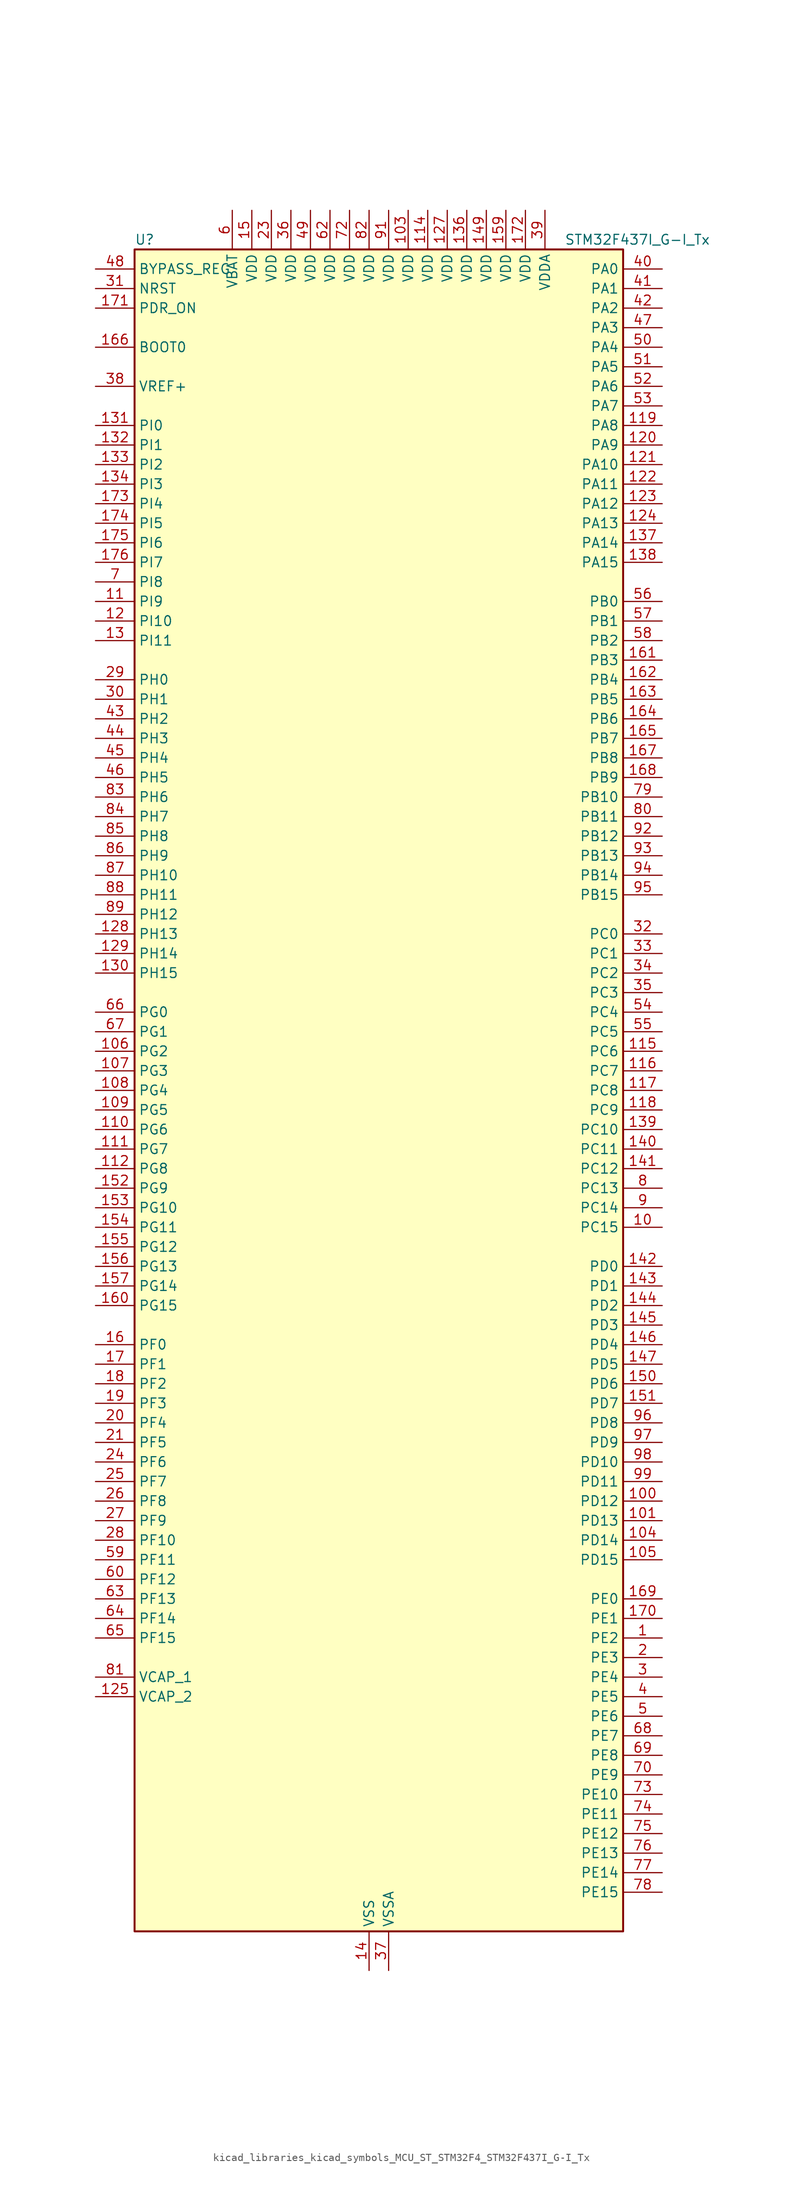
<source format=kicad_sym>
(kicad_symbol_lib
  (version 20220914)
  (generator kicad_symbol_editor)
  (symbol "kicad_libraries_kicad_symbols_MCU_ST_STM32F4_STM32F437I_G-I_Tx"
    (property "Reference" "U"
      (at -30.48 110.49 0)
      (effects (font (size 1.27 1.27)) (justify left)))
    (property "Value" "STM32F437I_G-I_Tx"
      (at 25.4 110.49 0)
      (effects (font (size 1.27 1.27)) (justify left)))
    (property "ki_locked" ""
      (at 0 0 0)
      (effects (font (size 1.27 1.27))))
    (symbol "kicad_libraries_kicad_symbols_MCU_ST_STM32F4_STM32F437I_G-I_Tx_0_1"
      (rectangle (start -30.48 -109.22) (end 33.02 109.22) (stroke (width 0.254) (type default)) (fill (type background))))
    (symbol "kicad_libraries_kicad_symbols_MCU_ST_STM32F4_STM32F437I_G-I_Tx_1_1"
      (pin bidirectional line (at 38.1 -71.12 180) (length 5.08) (name "PE2" (effects (font (size 1.27 1.27)))) (number "1" (effects (font (size 1.27 1.27)))) (alternate "ETH_TXD3" bidirectional line) (alternate "FMC_A23" bidirectional line) (alternate "SAI1_MCLK_A" bidirectional line) (alternate "SPI4_SCK" bidirectional line) (alternate "SYS_TRACECLK" bidirectional line))
      (pin bidirectional line (at 38.1 -17.78 180) (length 5.08) (name "PC15" (effects (font (size 1.27 1.27)))) (number "10" (effects (font (size 1.27 1.27)))) (alternate "ADC1_EXTI15" bidirectional line) (alternate "ADC2_EXTI15" bidirectional line) (alternate "ADC3_EXTI15" bidirectional line) (alternate "RCC_OSC32_OUT" bidirectional line))
      (pin bidirectional line (at 38.1 -53.34 180) (length 5.08) (name "PD12" (effects (font (size 1.27 1.27)))) (number "100" (effects (font (size 1.27 1.27)))) (alternate "FMC_A17" bidirectional line) (alternate "FMC_ALE" bidirectional line) (alternate "TIM4_CH1" bidirectional line) (alternate "USART3_RTS" bidirectional line))
      (pin bidirectional line (at 38.1 -55.88 180) (length 5.08) (name "PD13" (effects (font (size 1.27 1.27)))) (number "101" (effects (font (size 1.27 1.27)))) (alternate "FMC_A18" bidirectional line) (alternate "TIM4_CH2" bidirectional line))
      (pin passive line (at 0 -114.3 90) (length 5.08) hide (name "VSS" (effects (font (size 1.27 1.27)))) (number "102" (effects (font (size 1.27 1.27)))))
      (pin power_in line (at 5.08 114.3 270) (length 5.08) (name "VDD" (effects (font (size 1.27 1.27)))) (number "103" (effects (font (size 1.27 1.27)))))
      (pin bidirectional line (at 38.1 -58.42 180) (length 5.08) (name "PD14" (effects (font (size 1.27 1.27)))) (number "104" (effects (font (size 1.27 1.27)))) (alternate "FMC_D0" bidirectional line) (alternate "FMC_DA0" bidirectional line) (alternate "TIM4_CH3" bidirectional line))
      (pin bidirectional line (at 38.1 -60.96 180) (length 5.08) (name "PD15" (effects (font (size 1.27 1.27)))) (number "105" (effects (font (size 1.27 1.27)))) (alternate "ADC1_EXTI15" bidirectional line) (alternate "ADC2_EXTI15" bidirectional line) (alternate "ADC3_EXTI15" bidirectional line) (alternate "FMC_D1" bidirectional line) (alternate "FMC_DA1" bidirectional line) (alternate "TIM4_CH4" bidirectional line))
      (pin bidirectional line (at -35.56 5.08 0) (length 5.08) (name "PG2" (effects (font (size 1.27 1.27)))) (number "106" (effects (font (size 1.27 1.27)))) (alternate "FMC_A12" bidirectional line))
      (pin bidirectional line (at -35.56 2.54 0) (length 5.08) (name "PG3" (effects (font (size 1.27 1.27)))) (number "107" (effects (font (size 1.27 1.27)))) (alternate "FMC_A13" bidirectional line))
      (pin bidirectional line (at -35.56 0 0) (length 5.08) (name "PG4" (effects (font (size 1.27 1.27)))) (number "108" (effects (font (size 1.27 1.27)))) (alternate "FMC_A14" bidirectional line) (alternate "FMC_BA0" bidirectional line))
      (pin bidirectional line (at -35.56 -2.54 0) (length 5.08) (name "PG5" (effects (font (size 1.27 1.27)))) (number "109" (effects (font (size 1.27 1.27)))) (alternate "FMC_A15" bidirectional line) (alternate "FMC_BA1" bidirectional line))
      (pin bidirectional line (at -35.56 63.5 0) (length 5.08) (name "PI9" (effects (font (size 1.27 1.27)))) (number "11" (effects (font (size 1.27 1.27)))) (alternate "CAN1_RX" bidirectional line) (alternate "DAC_EXTI9" bidirectional line) (alternate "FMC_D30" bidirectional line))
      (pin bidirectional line (at -35.56 -5.08 0) (length 5.08) (name "PG6" (effects (font (size 1.27 1.27)))) (number "110" (effects (font (size 1.27 1.27)))) (alternate "DCMI_D12" bidirectional line) (alternate "FMC_INT2" bidirectional line))
      (pin bidirectional line (at -35.56 -7.62 0) (length 5.08) (name "PG7" (effects (font (size 1.27 1.27)))) (number "111" (effects (font (size 1.27 1.27)))) (alternate "DCMI_D13" bidirectional line) (alternate "FMC_INT3" bidirectional line) (alternate "USART6_CK" bidirectional line))
      (pin bidirectional line (at -35.56 -10.16 0) (length 5.08) (name "PG8" (effects (font (size 1.27 1.27)))) (number "112" (effects (font (size 1.27 1.27)))) (alternate "ETH_PPS_OUT" bidirectional line) (alternate "FMC_SDCLK" bidirectional line) (alternate "SPI6_NSS" bidirectional line) (alternate "USART6_RTS" bidirectional line))
      (pin passive line (at 0 -114.3 90) (length 5.08) hide (name "VSS" (effects (font (size 1.27 1.27)))) (number "113" (effects (font (size 1.27 1.27)))))
      (pin power_in line (at 7.62 114.3 270) (length 5.08) (name "VDD" (effects (font (size 1.27 1.27)))) (number "114" (effects (font (size 1.27 1.27)))))
      (pin bidirectional line (at 38.1 5.08 180) (length 5.08) (name "PC6" (effects (font (size 1.27 1.27)))) (number "115" (effects (font (size 1.27 1.27)))) (alternate "DCMI_D0" bidirectional line) (alternate "I2S2_MCK" bidirectional line) (alternate "SDIO_D6" bidirectional line) (alternate "TIM3_CH1" bidirectional line) (alternate "TIM8_CH1" bidirectional line) (alternate "USART6_TX" bidirectional line))
      (pin bidirectional line (at 38.1 2.54 180) (length 5.08) (name "PC7" (effects (font (size 1.27 1.27)))) (number "116" (effects (font (size 1.27 1.27)))) (alternate "DCMI_D1" bidirectional line) (alternate "I2S3_MCK" bidirectional line) (alternate "SDIO_D7" bidirectional line) (alternate "TIM3_CH2" bidirectional line) (alternate "TIM8_CH2" bidirectional line) (alternate "USART6_RX" bidirectional line))
      (pin bidirectional line (at 38.1 0 180) (length 5.08) (name "PC8" (effects (font (size 1.27 1.27)))) (number "117" (effects (font (size 1.27 1.27)))) (alternate "DCMI_D2" bidirectional line) (alternate "SDIO_D0" bidirectional line) (alternate "TIM3_CH3" bidirectional line) (alternate "TIM8_CH3" bidirectional line) (alternate "USART6_CK" bidirectional line))
      (pin bidirectional line (at 38.1 -2.54 180) (length 5.08) (name "PC9" (effects (font (size 1.27 1.27)))) (number "118" (effects (font (size 1.27 1.27)))) (alternate "DAC_EXTI9" bidirectional line) (alternate "DCMI_D3" bidirectional line) (alternate "I2C3_SDA" bidirectional line) (alternate "I2S_CKIN" bidirectional line) (alternate "RCC_MCO_2" bidirectional line) (alternate "SDIO_D1" bidirectional line) (alternate "TIM3_CH4" bidirectional line) (alternate "TIM8_CH4" bidirectional line))
      (pin bidirectional line (at 38.1 86.36 180) (length 5.08) (name "PA8" (effects (font (size 1.27 1.27)))) (number "119" (effects (font (size 1.27 1.27)))) (alternate "I2C3_SCL" bidirectional line) (alternate "RCC_MCO_1" bidirectional line) (alternate "TIM1_CH1" bidirectional line) (alternate "USART1_CK" bidirectional line) (alternate "USB_OTG_FS_SOF" bidirectional line))
      (pin bidirectional line (at -35.56 60.96 0) (length 5.08) (name "PI10" (effects (font (size 1.27 1.27)))) (number "12" (effects (font (size 1.27 1.27)))) (alternate "ETH_RX_ER" bidirectional line) (alternate "FMC_D31" bidirectional line))
      (pin bidirectional line (at 38.1 83.82 180) (length 5.08) (name "PA9" (effects (font (size 1.27 1.27)))) (number "120" (effects (font (size 1.27 1.27)))) (alternate "DAC_EXTI9" bidirectional line) (alternate "DCMI_D0" bidirectional line) (alternate "I2C3_SMBA" bidirectional line) (alternate "TIM1_CH2" bidirectional line) (alternate "USART1_TX" bidirectional line) (alternate "USB_OTG_FS_VBUS" bidirectional line))
      (pin bidirectional line (at 38.1 81.28 180) (length 5.08) (name "PA10" (effects (font (size 1.27 1.27)))) (number "121" (effects (font (size 1.27 1.27)))) (alternate "DCMI_D1" bidirectional line) (alternate "TIM1_CH3" bidirectional line) (alternate "USART1_RX" bidirectional line) (alternate "USB_OTG_FS_ID" bidirectional line))
      (pin bidirectional line (at 38.1 78.74 180) (length 5.08) (name "PA11" (effects (font (size 1.27 1.27)))) (number "122" (effects (font (size 1.27 1.27)))) (alternate "ADC1_EXTI11" bidirectional line) (alternate "ADC2_EXTI11" bidirectional line) (alternate "ADC3_EXTI11" bidirectional line) (alternate "CAN1_RX" bidirectional line) (alternate "TIM1_CH4" bidirectional line) (alternate "USART1_CTS" bidirectional line) (alternate "USB_OTG_FS_DM" bidirectional line))
      (pin bidirectional line (at 38.1 76.2 180) (length 5.08) (name "PA12" (effects (font (size 1.27 1.27)))) (number "123" (effects (font (size 1.27 1.27)))) (alternate "CAN1_TX" bidirectional line) (alternate "TIM1_ETR" bidirectional line) (alternate "USART1_RTS" bidirectional line) (alternate "USB_OTG_FS_DP" bidirectional line))
      (pin bidirectional line (at 38.1 73.66 180) (length 5.08) (name "PA13" (effects (font (size 1.27 1.27)))) (number "124" (effects (font (size 1.27 1.27)))) (alternate "SYS_JTMS-SWDIO" bidirectional line))
      (pin power_out line (at -35.56 -78.74 0) (length 5.08) (name "VCAP_2" (effects (font (size 1.27 1.27)))) (number "125" (effects (font (size 1.27 1.27)))))
      (pin passive line (at 0 -114.3 90) (length 5.08) hide (name "VSS" (effects (font (size 1.27 1.27)))) (number "126" (effects (font (size 1.27 1.27)))))
      (pin power_in line (at 10.16 114.3 270) (length 5.08) (name "VDD" (effects (font (size 1.27 1.27)))) (number "127" (effects (font (size 1.27 1.27)))))
      (pin bidirectional line (at -35.56 20.32 0) (length 5.08) (name "PH13" (effects (font (size 1.27 1.27)))) (number "128" (effects (font (size 1.27 1.27)))) (alternate "CAN1_TX" bidirectional line) (alternate "FMC_D21" bidirectional line) (alternate "TIM8_CH1N" bidirectional line))
      (pin bidirectional line (at -35.56 17.78 0) (length 5.08) (name "PH14" (effects (font (size 1.27 1.27)))) (number "129" (effects (font (size 1.27 1.27)))) (alternate "DCMI_D4" bidirectional line) (alternate "FMC_D22" bidirectional line) (alternate "TIM8_CH2N" bidirectional line))
      (pin bidirectional line (at -35.56 58.42 0) (length 5.08) (name "PI11" (effects (font (size 1.27 1.27)))) (number "13" (effects (font (size 1.27 1.27)))) (alternate "ADC1_EXTI11" bidirectional line) (alternate "ADC2_EXTI11" bidirectional line) (alternate "ADC3_EXTI11" bidirectional line) (alternate "USB_OTG_HS_ULPI_DIR" bidirectional line))
      (pin bidirectional line (at -35.56 15.24 0) (length 5.08) (name "PH15" (effects (font (size 1.27 1.27)))) (number "130" (effects (font (size 1.27 1.27)))) (alternate "ADC1_EXTI15" bidirectional line) (alternate "ADC2_EXTI15" bidirectional line) (alternate "ADC3_EXTI15" bidirectional line) (alternate "DCMI_D11" bidirectional line) (alternate "FMC_D23" bidirectional line) (alternate "TIM8_CH3N" bidirectional line))
      (pin bidirectional line (at -35.56 86.36 0) (length 5.08) (name "PI0" (effects (font (size 1.27 1.27)))) (number "131" (effects (font (size 1.27 1.27)))) (alternate "DCMI_D13" bidirectional line) (alternate "FMC_D24" bidirectional line) (alternate "I2S2_WS" bidirectional line) (alternate "SPI2_NSS" bidirectional line) (alternate "TIM5_CH4" bidirectional line))
      (pin bidirectional line (at -35.56 83.82 0) (length 5.08) (name "PI1" (effects (font (size 1.27 1.27)))) (number "132" (effects (font (size 1.27 1.27)))) (alternate "DCMI_D8" bidirectional line) (alternate "FMC_D25" bidirectional line) (alternate "I2S2_CK" bidirectional line) (alternate "SPI2_SCK" bidirectional line))
      (pin bidirectional line (at -35.56 81.28 0) (length 5.08) (name "PI2" (effects (font (size 1.27 1.27)))) (number "133" (effects (font (size 1.27 1.27)))) (alternate "DCMI_D9" bidirectional line) (alternate "FMC_D26" bidirectional line) (alternate "I2S2_ext_SD" bidirectional line) (alternate "SPI2_MISO" bidirectional line) (alternate "TIM8_CH4" bidirectional line))
      (pin bidirectional line (at -35.56 78.74 0) (length 5.08) (name "PI3" (effects (font (size 1.27 1.27)))) (number "134" (effects (font (size 1.27 1.27)))) (alternate "DCMI_D10" bidirectional line) (alternate "FMC_D27" bidirectional line) (alternate "I2S2_SD" bidirectional line) (alternate "SPI2_MOSI" bidirectional line) (alternate "TIM8_ETR" bidirectional line))
      (pin passive line (at 0 -114.3 90) (length 5.08) hide (name "VSS" (effects (font (size 1.27 1.27)))) (number "135" (effects (font (size 1.27 1.27)))))
      (pin power_in line (at 12.7 114.3 270) (length 5.08) (name "VDD" (effects (font (size 1.27 1.27)))) (number "136" (effects (font (size 1.27 1.27)))))
      (pin bidirectional line (at 38.1 71.12 180) (length 5.08) (name "PA14" (effects (font (size 1.27 1.27)))) (number "137" (effects (font (size 1.27 1.27)))) (alternate "SYS_JTCK-SWCLK" bidirectional line))
      (pin bidirectional line (at 38.1 68.58 180) (length 5.08) (name "PA15" (effects (font (size 1.27 1.27)))) (number "138" (effects (font (size 1.27 1.27)))) (alternate "ADC1_EXTI15" bidirectional line) (alternate "ADC2_EXTI15" bidirectional line) (alternate "ADC3_EXTI15" bidirectional line) (alternate "I2S3_WS" bidirectional line) (alternate "SPI1_NSS" bidirectional line) (alternate "SPI3_NSS" bidirectional line) (alternate "SYS_JTDI" bidirectional line) (alternate "TIM2_CH1" bidirectional line) (alternate "TIM2_ETR" bidirectional line))
      (pin bidirectional line (at 38.1 -5.08 180) (length 5.08) (name "PC10" (effects (font (size 1.27 1.27)))) (number "139" (effects (font (size 1.27 1.27)))) (alternate "DCMI_D8" bidirectional line) (alternate "I2S3_CK" bidirectional line) (alternate "SDIO_D2" bidirectional line) (alternate "SPI3_SCK" bidirectional line) (alternate "UART4_TX" bidirectional line) (alternate "USART3_TX" bidirectional line))
      (pin power_in line (at 0 -114.3 90) (length 5.08) (name "VSS" (effects (font (size 1.27 1.27)))) (number "14" (effects (font (size 1.27 1.27)))))
      (pin bidirectional line (at 38.1 -7.62 180) (length 5.08) (name "PC11" (effects (font (size 1.27 1.27)))) (number "140" (effects (font (size 1.27 1.27)))) (alternate "ADC1_EXTI11" bidirectional line) (alternate "ADC2_EXTI11" bidirectional line) (alternate "ADC3_EXTI11" bidirectional line) (alternate "DCMI_D4" bidirectional line) (alternate "I2S3_ext_SD" bidirectional line) (alternate "SDIO_D3" bidirectional line) (alternate "SPI3_MISO" bidirectional line) (alternate "UART4_RX" bidirectional line) (alternate "USART3_RX" bidirectional line))
      (pin bidirectional line (at 38.1 -10.16 180) (length 5.08) (name "PC12" (effects (font (size 1.27 1.27)))) (number "141" (effects (font (size 1.27 1.27)))) (alternate "DCMI_D9" bidirectional line) (alternate "I2S3_SD" bidirectional line) (alternate "SDIO_CK" bidirectional line) (alternate "SPI3_MOSI" bidirectional line) (alternate "UART5_TX" bidirectional line) (alternate "USART3_CK" bidirectional line))
      (pin bidirectional line (at 38.1 -22.86 180) (length 5.08) (name "PD0" (effects (font (size 1.27 1.27)))) (number "142" (effects (font (size 1.27 1.27)))) (alternate "CAN1_RX" bidirectional line) (alternate "FMC_D2" bidirectional line) (alternate "FMC_DA2" bidirectional line))
      (pin bidirectional line (at 38.1 -25.4 180) (length 5.08) (name "PD1" (effects (font (size 1.27 1.27)))) (number "143" (effects (font (size 1.27 1.27)))) (alternate "CAN1_TX" bidirectional line) (alternate "FMC_D3" bidirectional line) (alternate "FMC_DA3" bidirectional line))
      (pin bidirectional line (at 38.1 -27.94 180) (length 5.08) (name "PD2" (effects (font (size 1.27 1.27)))) (number "144" (effects (font (size 1.27 1.27)))) (alternate "DCMI_D11" bidirectional line) (alternate "SDIO_CMD" bidirectional line) (alternate "TIM3_ETR" bidirectional line) (alternate "UART5_RX" bidirectional line))
      (pin bidirectional line (at 38.1 -30.48 180) (length 5.08) (name "PD3" (effects (font (size 1.27 1.27)))) (number "145" (effects (font (size 1.27 1.27)))) (alternate "DCMI_D5" bidirectional line) (alternate "FMC_CLK" bidirectional line) (alternate "I2S2_CK" bidirectional line) (alternate "SPI2_SCK" bidirectional line) (alternate "USART2_CTS" bidirectional line))
      (pin bidirectional line (at 38.1 -33.02 180) (length 5.08) (name "PD4" (effects (font (size 1.27 1.27)))) (number "146" (effects (font (size 1.27 1.27)))) (alternate "FMC_NOE" bidirectional line) (alternate "USART2_RTS" bidirectional line))
      (pin bidirectional line (at 38.1 -35.56 180) (length 5.08) (name "PD5" (effects (font (size 1.27 1.27)))) (number "147" (effects (font (size 1.27 1.27)))) (alternate "FMC_NWE" bidirectional line) (alternate "USART2_TX" bidirectional line))
      (pin passive line (at 0 -114.3 90) (length 5.08) hide (name "VSS" (effects (font (size 1.27 1.27)))) (number "148" (effects (font (size 1.27 1.27)))))
      (pin power_in line (at 15.24 114.3 270) (length 5.08) (name "VDD" (effects (font (size 1.27 1.27)))) (number "149" (effects (font (size 1.27 1.27)))))
      (pin power_in line (at -15.24 114.3 270) (length 5.08) (name "VDD" (effects (font (size 1.27 1.27)))) (number "15" (effects (font (size 1.27 1.27)))))
      (pin bidirectional line (at 38.1 -38.1 180) (length 5.08) (name "PD6" (effects (font (size 1.27 1.27)))) (number "150" (effects (font (size 1.27 1.27)))) (alternate "DCMI_D10" bidirectional line) (alternate "FMC_NWAIT" bidirectional line) (alternate "I2S3_SD" bidirectional line) (alternate "SAI1_SD_A" bidirectional line) (alternate "SPI3_MOSI" bidirectional line) (alternate "USART2_RX" bidirectional line))
      (pin bidirectional line (at 38.1 -40.64 180) (length 5.08) (name "PD7" (effects (font (size 1.27 1.27)))) (number "151" (effects (font (size 1.27 1.27)))) (alternate "FMC_NCE2" bidirectional line) (alternate "FMC_NE1" bidirectional line) (alternate "USART2_CK" bidirectional line))
      (pin bidirectional line (at -35.56 -12.7 0) (length 5.08) (name "PG9" (effects (font (size 1.27 1.27)))) (number "152" (effects (font (size 1.27 1.27)))) (alternate "DAC_EXTI9" bidirectional line) (alternate "DCMI_VSYNC" bidirectional line) (alternate "FMC_NCE3" bidirectional line) (alternate "FMC_NE2" bidirectional line) (alternate "USART6_RX" bidirectional line))
      (pin bidirectional line (at -35.56 -15.24 0) (length 5.08) (name "PG10" (effects (font (size 1.27 1.27)))) (number "153" (effects (font (size 1.27 1.27)))) (alternate "DCMI_D2" bidirectional line) (alternate "FMC_NCE4_1" bidirectional line) (alternate "FMC_NE3" bidirectional line))
      (pin bidirectional line (at -35.56 -17.78 0) (length 5.08) (name "PG11" (effects (font (size 1.27 1.27)))) (number "154" (effects (font (size 1.27 1.27)))) (alternate "ADC1_EXTI11" bidirectional line) (alternate "ADC2_EXTI11" bidirectional line) (alternate "ADC3_EXTI11" bidirectional line) (alternate "DCMI_D3" bidirectional line) (alternate "ETH_TX_EN" bidirectional line) (alternate "FMC_NCE4_2" bidirectional line))
      (pin bidirectional line (at -35.56 -20.32 0) (length 5.08) (name "PG12" (effects (font (size 1.27 1.27)))) (number "155" (effects (font (size 1.27 1.27)))) (alternate "FMC_NE4" bidirectional line) (alternate "SPI6_MISO" bidirectional line) (alternate "USART6_RTS" bidirectional line))
      (pin bidirectional line (at -35.56 -22.86 0) (length 5.08) (name "PG13" (effects (font (size 1.27 1.27)))) (number "156" (effects (font (size 1.27 1.27)))) (alternate "ETH_TXD0" bidirectional line) (alternate "FMC_A24" bidirectional line) (alternate "SPI6_SCK" bidirectional line) (alternate "USART6_CTS" bidirectional line))
      (pin bidirectional line (at -35.56 -25.4 0) (length 5.08) (name "PG14" (effects (font (size 1.27 1.27)))) (number "157" (effects (font (size 1.27 1.27)))) (alternate "ETH_TXD1" bidirectional line) (alternate "FMC_A25" bidirectional line) (alternate "SPI6_MOSI" bidirectional line) (alternate "USART6_TX" bidirectional line))
      (pin passive line (at 0 -114.3 90) (length 5.08) hide (name "VSS" (effects (font (size 1.27 1.27)))) (number "158" (effects (font (size 1.27 1.27)))))
      (pin power_in line (at 17.78 114.3 270) (length 5.08) (name "VDD" (effects (font (size 1.27 1.27)))) (number "159" (effects (font (size 1.27 1.27)))))
      (pin bidirectional line (at -35.56 -33.02 0) (length 5.08) (name "PF0" (effects (font (size 1.27 1.27)))) (number "16" (effects (font (size 1.27 1.27)))) (alternate "FMC_A0" bidirectional line) (alternate "I2C2_SDA" bidirectional line))
      (pin bidirectional line (at -35.56 -27.94 0) (length 5.08) (name "PG15" (effects (font (size 1.27 1.27)))) (number "160" (effects (font (size 1.27 1.27)))) (alternate "ADC1_EXTI15" bidirectional line) (alternate "ADC2_EXTI15" bidirectional line) (alternate "ADC3_EXTI15" bidirectional line) (alternate "DCMI_D13" bidirectional line) (alternate "FMC_SDNCAS" bidirectional line) (alternate "USART6_CTS" bidirectional line))
      (pin bidirectional line (at 38.1 55.88 180) (length 5.08) (name "PB3" (effects (font (size 1.27 1.27)))) (number "161" (effects (font (size 1.27 1.27)))) (alternate "I2S3_CK" bidirectional line) (alternate "SPI1_SCK" bidirectional line) (alternate "SPI3_SCK" bidirectional line) (alternate "SYS_JTDO-SWO" bidirectional line) (alternate "TIM2_CH2" bidirectional line))
      (pin bidirectional line (at 38.1 53.34 180) (length 5.08) (name "PB4" (effects (font (size 1.27 1.27)))) (number "162" (effects (font (size 1.27 1.27)))) (alternate "I2S3_ext_SD" bidirectional line) (alternate "SPI1_MISO" bidirectional line) (alternate "SPI3_MISO" bidirectional line) (alternate "SYS_JTRST" bidirectional line) (alternate "TIM3_CH1" bidirectional line))
      (pin bidirectional line (at 38.1 50.8 180) (length 5.08) (name "PB5" (effects (font (size 1.27 1.27)))) (number "163" (effects (font (size 1.27 1.27)))) (alternate "CAN2_RX" bidirectional line) (alternate "DCMI_D10" bidirectional line) (alternate "ETH_PPS_OUT" bidirectional line) (alternate "FMC_SDCKE1" bidirectional line) (alternate "I2C1_SMBA" bidirectional line) (alternate "I2S3_SD" bidirectional line) (alternate "SPI1_MOSI" bidirectional line) (alternate "SPI3_MOSI" bidirectional line) (alternate "TIM3_CH2" bidirectional line) (alternate "USB_OTG_HS_ULPI_D7" bidirectional line))
      (pin bidirectional line (at 38.1 48.26 180) (length 5.08) (name "PB6" (effects (font (size 1.27 1.27)))) (number "164" (effects (font (size 1.27 1.27)))) (alternate "CAN2_TX" bidirectional line) (alternate "DCMI_D5" bidirectional line) (alternate "FMC_SDNE1" bidirectional line) (alternate "I2C1_SCL" bidirectional line) (alternate "TIM4_CH1" bidirectional line) (alternate "USART1_TX" bidirectional line))
      (pin bidirectional line (at 38.1 45.72 180) (length 5.08) (name "PB7" (effects (font (size 1.27 1.27)))) (number "165" (effects (font (size 1.27 1.27)))) (alternate "DCMI_VSYNC" bidirectional line) (alternate "FMC_NL" bidirectional line) (alternate "I2C1_SDA" bidirectional line) (alternate "TIM4_CH2" bidirectional line) (alternate "USART1_RX" bidirectional line))
      (pin input line (at -35.56 96.52 0) (length 5.08) (name "BOOT0" (effects (font (size 1.27 1.27)))) (number "166" (effects (font (size 1.27 1.27)))))
      (pin bidirectional line (at 38.1 43.18 180) (length 5.08) (name "PB8" (effects (font (size 1.27 1.27)))) (number "167" (effects (font (size 1.27 1.27)))) (alternate "CAN1_RX" bidirectional line) (alternate "DCMI_D6" bidirectional line) (alternate "ETH_TXD3" bidirectional line) (alternate "I2C1_SCL" bidirectional line) (alternate "SDIO_D4" bidirectional line) (alternate "TIM10_CH1" bidirectional line) (alternate "TIM4_CH3" bidirectional line))
      (pin bidirectional line (at 38.1 40.64 180) (length 5.08) (name "PB9" (effects (font (size 1.27 1.27)))) (number "168" (effects (font (size 1.27 1.27)))) (alternate "CAN1_TX" bidirectional line) (alternate "DAC_EXTI9" bidirectional line) (alternate "DCMI_D7" bidirectional line) (alternate "I2C1_SDA" bidirectional line) (alternate "I2S2_WS" bidirectional line) (alternate "SDIO_D5" bidirectional line) (alternate "SPI2_NSS" bidirectional line) (alternate "TIM11_CH1" bidirectional line) (alternate "TIM4_CH4" bidirectional line))
      (pin bidirectional line (at 38.1 -66.04 180) (length 5.08) (name "PE0" (effects (font (size 1.27 1.27)))) (number "169" (effects (font (size 1.27 1.27)))) (alternate "DCMI_D2" bidirectional line) (alternate "FMC_NBL0" bidirectional line) (alternate "TIM4_ETR" bidirectional line) (alternate "UART8_RX" bidirectional line))
      (pin bidirectional line (at -35.56 -35.56 0) (length 5.08) (name "PF1" (effects (font (size 1.27 1.27)))) (number "17" (effects (font (size 1.27 1.27)))) (alternate "FMC_A1" bidirectional line) (alternate "I2C2_SCL" bidirectional line))
      (pin bidirectional line (at 38.1 -68.58 180) (length 5.08) (name "PE1" (effects (font (size 1.27 1.27)))) (number "170" (effects (font (size 1.27 1.27)))) (alternate "DCMI_D3" bidirectional line) (alternate "FMC_NBL1" bidirectional line) (alternate "UART8_TX" bidirectional line))
      (pin input line (at -35.56 101.6 0) (length 5.08) (name "PDR_ON" (effects (font (size 1.27 1.27)))) (number "171" (effects (font (size 1.27 1.27)))))
      (pin power_in line (at 20.32 114.3 270) (length 5.08) (name "VDD" (effects (font (size 1.27 1.27)))) (number "172" (effects (font (size 1.27 1.27)))))
      (pin bidirectional line (at -35.56 76.2 0) (length 5.08) (name "PI4" (effects (font (size 1.27 1.27)))) (number "173" (effects (font (size 1.27 1.27)))) (alternate "DCMI_D5" bidirectional line) (alternate "FMC_NBL2" bidirectional line) (alternate "TIM8_BKIN" bidirectional line))
      (pin bidirectional line (at -35.56 73.66 0) (length 5.08) (name "PI5" (effects (font (size 1.27 1.27)))) (number "174" (effects (font (size 1.27 1.27)))) (alternate "DCMI_VSYNC" bidirectional line) (alternate "FMC_NBL3" bidirectional line) (alternate "TIM8_CH1" bidirectional line))
      (pin bidirectional line (at -35.56 71.12 0) (length 5.08) (name "PI6" (effects (font (size 1.27 1.27)))) (number "175" (effects (font (size 1.27 1.27)))) (alternate "DCMI_D6" bidirectional line) (alternate "FMC_D28" bidirectional line) (alternate "TIM8_CH2" bidirectional line))
      (pin bidirectional line (at -35.56 68.58 0) (length 5.08) (name "PI7" (effects (font (size 1.27 1.27)))) (number "176" (effects (font (size 1.27 1.27)))) (alternate "DCMI_D7" bidirectional line) (alternate "FMC_D29" bidirectional line) (alternate "TIM8_CH3" bidirectional line))
      (pin bidirectional line (at -35.56 -38.1 0) (length 5.08) (name "PF2" (effects (font (size 1.27 1.27)))) (number "18" (effects (font (size 1.27 1.27)))) (alternate "FMC_A2" bidirectional line) (alternate "I2C2_SMBA" bidirectional line))
      (pin bidirectional line (at -35.56 -40.64 0) (length 5.08) (name "PF3" (effects (font (size 1.27 1.27)))) (number "19" (effects (font (size 1.27 1.27)))) (alternate "ADC3_IN9" bidirectional line) (alternate "FMC_A3" bidirectional line))
      (pin bidirectional line (at 38.1 -73.66 180) (length 5.08) (name "PE3" (effects (font (size 1.27 1.27)))) (number "2" (effects (font (size 1.27 1.27)))) (alternate "FMC_A19" bidirectional line) (alternate "SAI1_SD_B" bidirectional line) (alternate "SYS_TRACED0" bidirectional line))
      (pin bidirectional line (at -35.56 -43.18 0) (length 5.08) (name "PF4" (effects (font (size 1.27 1.27)))) (number "20" (effects (font (size 1.27 1.27)))) (alternate "ADC3_IN14" bidirectional line) (alternate "FMC_A4" bidirectional line))
      (pin bidirectional line (at -35.56 -45.72 0) (length 5.08) (name "PF5" (effects (font (size 1.27 1.27)))) (number "21" (effects (font (size 1.27 1.27)))) (alternate "ADC3_IN15" bidirectional line) (alternate "FMC_A5" bidirectional line))
      (pin passive line (at 0 -114.3 90) (length 5.08) hide (name "VSS" (effects (font (size 1.27 1.27)))) (number "22" (effects (font (size 1.27 1.27)))))
      (pin power_in line (at -12.7 114.3 270) (length 5.08) (name "VDD" (effects (font (size 1.27 1.27)))) (number "23" (effects (font (size 1.27 1.27)))))
      (pin bidirectional line (at -35.56 -48.26 0) (length 5.08) (name "PF6" (effects (font (size 1.27 1.27)))) (number "24" (effects (font (size 1.27 1.27)))) (alternate "ADC3_IN4" bidirectional line) (alternate "FMC_NIORD" bidirectional line) (alternate "SAI1_SD_B" bidirectional line) (alternate "SPI5_NSS" bidirectional line) (alternate "TIM10_CH1" bidirectional line) (alternate "UART7_RX" bidirectional line))
      (pin bidirectional line (at -35.56 -50.8 0) (length 5.08) (name "PF7" (effects (font (size 1.27 1.27)))) (number "25" (effects (font (size 1.27 1.27)))) (alternate "ADC3_IN5" bidirectional line) (alternate "FMC_NREG" bidirectional line) (alternate "SAI1_MCLK_B" bidirectional line) (alternate "SPI5_SCK" bidirectional line) (alternate "TIM11_CH1" bidirectional line) (alternate "UART7_TX" bidirectional line))
      (pin bidirectional line (at -35.56 -53.34 0) (length 5.08) (name "PF8" (effects (font (size 1.27 1.27)))) (number "26" (effects (font (size 1.27 1.27)))) (alternate "ADC3_IN6" bidirectional line) (alternate "FMC_NIOWR" bidirectional line) (alternate "SAI1_SCK_B" bidirectional line) (alternate "SPI5_MISO" bidirectional line) (alternate "TIM13_CH1" bidirectional line))
      (pin bidirectional line (at -35.56 -55.88 0) (length 5.08) (name "PF9" (effects (font (size 1.27 1.27)))) (number "27" (effects (font (size 1.27 1.27)))) (alternate "ADC3_IN7" bidirectional line) (alternate "DAC_EXTI9" bidirectional line) (alternate "FMC_CD" bidirectional line) (alternate "SAI1_FS_B" bidirectional line) (alternate "SPI5_MOSI" bidirectional line) (alternate "TIM14_CH1" bidirectional line))
      (pin bidirectional line (at -35.56 -58.42 0) (length 5.08) (name "PF10" (effects (font (size 1.27 1.27)))) (number "28" (effects (font (size 1.27 1.27)))) (alternate "ADC3_IN8" bidirectional line) (alternate "DCMI_D11" bidirectional line) (alternate "FMC_INTR" bidirectional line))
      (pin bidirectional line (at -35.56 53.34 0) (length 5.08) (name "PH0" (effects (font (size 1.27 1.27)))) (number "29" (effects (font (size 1.27 1.27)))) (alternate "RCC_OSC_IN" bidirectional line))
      (pin bidirectional line (at 38.1 -76.2 180) (length 5.08) (name "PE4" (effects (font (size 1.27 1.27)))) (number "3" (effects (font (size 1.27 1.27)))) (alternate "DCMI_D4" bidirectional line) (alternate "FMC_A20" bidirectional line) (alternate "SAI1_FS_A" bidirectional line) (alternate "SPI4_NSS" bidirectional line) (alternate "SYS_TRACED1" bidirectional line))
      (pin bidirectional line (at -35.56 50.8 0) (length 5.08) (name "PH1" (effects (font (size 1.27 1.27)))) (number "30" (effects (font (size 1.27 1.27)))) (alternate "RCC_OSC_OUT" bidirectional line))
      (pin input line (at -35.56 104.14 0) (length 5.08) (name "NRST" (effects (font (size 1.27 1.27)))) (number "31" (effects (font (size 1.27 1.27)))))
      (pin bidirectional line (at 38.1 20.32 180) (length 5.08) (name "PC0" (effects (font (size 1.27 1.27)))) (number "32" (effects (font (size 1.27 1.27)))) (alternate "ADC1_IN10" bidirectional line) (alternate "ADC2_IN10" bidirectional line) (alternate "ADC3_IN10" bidirectional line) (alternate "FMC_SDNWE" bidirectional line) (alternate "USB_OTG_HS_ULPI_STP" bidirectional line))
      (pin bidirectional line (at 38.1 17.78 180) (length 5.08) (name "PC1" (effects (font (size 1.27 1.27)))) (number "33" (effects (font (size 1.27 1.27)))) (alternate "ADC1_IN11" bidirectional line) (alternate "ADC2_IN11" bidirectional line) (alternate "ADC3_IN11" bidirectional line) (alternate "ETH_MDC" bidirectional line))
      (pin bidirectional line (at 38.1 15.24 180) (length 5.08) (name "PC2" (effects (font (size 1.27 1.27)))) (number "34" (effects (font (size 1.27 1.27)))) (alternate "ADC1_IN12" bidirectional line) (alternate "ADC2_IN12" bidirectional line) (alternate "ADC3_IN12" bidirectional line) (alternate "ETH_TXD2" bidirectional line) (alternate "FMC_SDNE0" bidirectional line) (alternate "I2S2_ext_SD" bidirectional line) (alternate "SPI2_MISO" bidirectional line) (alternate "USB_OTG_HS_ULPI_DIR" bidirectional line))
      (pin bidirectional line (at 38.1 12.7 180) (length 5.08) (name "PC3" (effects (font (size 1.27 1.27)))) (number "35" (effects (font (size 1.27 1.27)))) (alternate "ADC1_IN13" bidirectional line) (alternate "ADC2_IN13" bidirectional line) (alternate "ADC3_IN13" bidirectional line) (alternate "ETH_TX_CLK" bidirectional line) (alternate "FMC_SDCKE0" bidirectional line) (alternate "I2S2_SD" bidirectional line) (alternate "SPI2_MOSI" bidirectional line) (alternate "USB_OTG_HS_ULPI_NXT" bidirectional line))
      (pin power_in line (at -10.16 114.3 270) (length 5.08) (name "VDD" (effects (font (size 1.27 1.27)))) (number "36" (effects (font (size 1.27 1.27)))))
      (pin power_in line (at 2.54 -114.3 90) (length 5.08) (name "VSSA" (effects (font (size 1.27 1.27)))) (number "37" (effects (font (size 1.27 1.27)))))
      (pin input line (at -35.56 91.44 0) (length 5.08) (name "VREF+" (effects (font (size 1.27 1.27)))) (number "38" (effects (font (size 1.27 1.27)))))
      (pin power_in line (at 22.86 114.3 270) (length 5.08) (name "VDDA" (effects (font (size 1.27 1.27)))) (number "39" (effects (font (size 1.27 1.27)))))
      (pin bidirectional line (at 38.1 -78.74 180) (length 5.08) (name "PE5" (effects (font (size 1.27 1.27)))) (number "4" (effects (font (size 1.27 1.27)))) (alternate "DCMI_D6" bidirectional line) (alternate "FMC_A21" bidirectional line) (alternate "SAI1_SCK_A" bidirectional line) (alternate "SPI4_MISO" bidirectional line) (alternate "SYS_TRACED2" bidirectional line) (alternate "TIM9_CH1" bidirectional line))
      (pin bidirectional line (at 38.1 106.68 180) (length 5.08) (name "PA0" (effects (font (size 1.27 1.27)))) (number "40" (effects (font (size 1.27 1.27)))) (alternate "ADC1_IN0" bidirectional line) (alternate "ADC2_IN0" bidirectional line) (alternate "ADC3_IN0" bidirectional line) (alternate "ETH_CRS" bidirectional line) (alternate "SYS_WKUP" bidirectional line) (alternate "TIM2_CH1" bidirectional line) (alternate "TIM2_ETR" bidirectional line) (alternate "TIM5_CH1" bidirectional line) (alternate "TIM8_ETR" bidirectional line) (alternate "UART4_TX" bidirectional line) (alternate "USART2_CTS" bidirectional line))
      (pin bidirectional line (at 38.1 104.14 180) (length 5.08) (name "PA1" (effects (font (size 1.27 1.27)))) (number "41" (effects (font (size 1.27 1.27)))) (alternate "ADC1_IN1" bidirectional line) (alternate "ADC2_IN1" bidirectional line) (alternate "ADC3_IN1" bidirectional line) (alternate "ETH_REF_CLK" bidirectional line) (alternate "ETH_RX_CLK" bidirectional line) (alternate "TIM2_CH2" bidirectional line) (alternate "TIM5_CH2" bidirectional line) (alternate "UART4_RX" bidirectional line) (alternate "USART2_RTS" bidirectional line))
      (pin bidirectional line (at 38.1 101.6 180) (length 5.08) (name "PA2" (effects (font (size 1.27 1.27)))) (number "42" (effects (font (size 1.27 1.27)))) (alternate "ADC1_IN2" bidirectional line) (alternate "ADC2_IN2" bidirectional line) (alternate "ADC3_IN2" bidirectional line) (alternate "ETH_MDIO" bidirectional line) (alternate "TIM2_CH3" bidirectional line) (alternate "TIM5_CH3" bidirectional line) (alternate "TIM9_CH1" bidirectional line) (alternate "USART2_TX" bidirectional line))
      (pin bidirectional line (at -35.56 48.26 0) (length 5.08) (name "PH2" (effects (font (size 1.27 1.27)))) (number "43" (effects (font (size 1.27 1.27)))) (alternate "ETH_CRS" bidirectional line) (alternate "FMC_SDCKE0" bidirectional line))
      (pin bidirectional line (at -35.56 45.72 0) (length 5.08) (name "PH3" (effects (font (size 1.27 1.27)))) (number "44" (effects (font (size 1.27 1.27)))) (alternate "ETH_COL" bidirectional line) (alternate "FMC_SDNE0" bidirectional line))
      (pin bidirectional line (at -35.56 43.18 0) (length 5.08) (name "PH4" (effects (font (size 1.27 1.27)))) (number "45" (effects (font (size 1.27 1.27)))) (alternate "I2C2_SCL" bidirectional line) (alternate "USB_OTG_HS_ULPI_NXT" bidirectional line))
      (pin bidirectional line (at -35.56 40.64 0) (length 5.08) (name "PH5" (effects (font (size 1.27 1.27)))) (number "46" (effects (font (size 1.27 1.27)))) (alternate "FMC_SDNWE" bidirectional line) (alternate "I2C2_SDA" bidirectional line) (alternate "SPI5_NSS" bidirectional line))
      (pin bidirectional line (at 38.1 99.06 180) (length 5.08) (name "PA3" (effects (font (size 1.27 1.27)))) (number "47" (effects (font (size 1.27 1.27)))) (alternate "ADC1_IN3" bidirectional line) (alternate "ADC2_IN3" bidirectional line) (alternate "ADC3_IN3" bidirectional line) (alternate "ETH_COL" bidirectional line) (alternate "TIM2_CH4" bidirectional line) (alternate "TIM5_CH4" bidirectional line) (alternate "TIM9_CH2" bidirectional line) (alternate "USART2_RX" bidirectional line) (alternate "USB_OTG_HS_ULPI_D0" bidirectional line))
      (pin input line (at -35.56 106.68 0) (length 5.08) (name "BYPASS_REG" (effects (font (size 1.27 1.27)))) (number "48" (effects (font (size 1.27 1.27)))))
      (pin power_in line (at -7.62 114.3 270) (length 5.08) (name "VDD" (effects (font (size 1.27 1.27)))) (number "49" (effects (font (size 1.27 1.27)))))
      (pin bidirectional line (at 38.1 -81.28 180) (length 5.08) (name "PE6" (effects (font (size 1.27 1.27)))) (number "5" (effects (font (size 1.27 1.27)))) (alternate "DCMI_D7" bidirectional line) (alternate "FMC_A22" bidirectional line) (alternate "SAI1_SD_A" bidirectional line) (alternate "SPI4_MOSI" bidirectional line) (alternate "SYS_TRACED3" bidirectional line) (alternate "TIM9_CH2" bidirectional line))
      (pin bidirectional line (at 38.1 96.52 180) (length 5.08) (name "PA4" (effects (font (size 1.27 1.27)))) (number "50" (effects (font (size 1.27 1.27)))) (alternate "ADC1_IN4" bidirectional line) (alternate "ADC2_IN4" bidirectional line) (alternate "DAC_OUT1" bidirectional line) (alternate "DCMI_HSYNC" bidirectional line) (alternate "I2S3_WS" bidirectional line) (alternate "SPI1_NSS" bidirectional line) (alternate "SPI3_NSS" bidirectional line) (alternate "USART2_CK" bidirectional line) (alternate "USB_OTG_HS_SOF" bidirectional line))
      (pin bidirectional line (at 38.1 93.98 180) (length 5.08) (name "PA5" (effects (font (size 1.27 1.27)))) (number "51" (effects (font (size 1.27 1.27)))) (alternate "ADC1_IN5" bidirectional line) (alternate "ADC2_IN5" bidirectional line) (alternate "DAC_OUT2" bidirectional line) (alternate "SPI1_SCK" bidirectional line) (alternate "TIM2_CH1" bidirectional line) (alternate "TIM2_ETR" bidirectional line) (alternate "TIM8_CH1N" bidirectional line) (alternate "USB_OTG_HS_ULPI_CK" bidirectional line))
      (pin bidirectional line (at 38.1 91.44 180) (length 5.08) (name "PA6" (effects (font (size 1.27 1.27)))) (number "52" (effects (font (size 1.27 1.27)))) (alternate "ADC1_IN6" bidirectional line) (alternate "ADC2_IN6" bidirectional line) (alternate "DCMI_PIXCLK" bidirectional line) (alternate "SPI1_MISO" bidirectional line) (alternate "TIM13_CH1" bidirectional line) (alternate "TIM1_BKIN" bidirectional line) (alternate "TIM3_CH1" bidirectional line) (alternate "TIM8_BKIN" bidirectional line))
      (pin bidirectional line (at 38.1 88.9 180) (length 5.08) (name "PA7" (effects (font (size 1.27 1.27)))) (number "53" (effects (font (size 1.27 1.27)))) (alternate "ADC1_IN7" bidirectional line) (alternate "ADC2_IN7" bidirectional line) (alternate "ETH_CRS_DV" bidirectional line) (alternate "ETH_RX_DV" bidirectional line) (alternate "SPI1_MOSI" bidirectional line) (alternate "TIM14_CH1" bidirectional line) (alternate "TIM1_CH1N" bidirectional line) (alternate "TIM3_CH2" bidirectional line) (alternate "TIM8_CH1N" bidirectional line))
      (pin bidirectional line (at 38.1 10.16 180) (length 5.08) (name "PC4" (effects (font (size 1.27 1.27)))) (number "54" (effects (font (size 1.27 1.27)))) (alternate "ADC1_IN14" bidirectional line) (alternate "ADC2_IN14" bidirectional line) (alternate "ETH_RXD0" bidirectional line))
      (pin bidirectional line (at 38.1 7.62 180) (length 5.08) (name "PC5" (effects (font (size 1.27 1.27)))) (number "55" (effects (font (size 1.27 1.27)))) (alternate "ADC1_IN15" bidirectional line) (alternate "ADC2_IN15" bidirectional line) (alternate "ETH_RXD1" bidirectional line))
      (pin bidirectional line (at 38.1 63.5 180) (length 5.08) (name "PB0" (effects (font (size 1.27 1.27)))) (number "56" (effects (font (size 1.27 1.27)))) (alternate "ADC1_IN8" bidirectional line) (alternate "ADC2_IN8" bidirectional line) (alternate "ETH_RXD2" bidirectional line) (alternate "TIM1_CH2N" bidirectional line) (alternate "TIM3_CH3" bidirectional line) (alternate "TIM8_CH2N" bidirectional line) (alternate "USB_OTG_HS_ULPI_D1" bidirectional line))
      (pin bidirectional line (at 38.1 60.96 180) (length 5.08) (name "PB1" (effects (font (size 1.27 1.27)))) (number "57" (effects (font (size 1.27 1.27)))) (alternate "ADC1_IN9" bidirectional line) (alternate "ADC2_IN9" bidirectional line) (alternate "ETH_RXD3" bidirectional line) (alternate "TIM1_CH3N" bidirectional line) (alternate "TIM3_CH4" bidirectional line) (alternate "TIM8_CH3N" bidirectional line) (alternate "USB_OTG_HS_ULPI_D2" bidirectional line))
      (pin bidirectional line (at 38.1 58.42 180) (length 5.08) (name "PB2" (effects (font (size 1.27 1.27)))) (number "58" (effects (font (size 1.27 1.27)))))
      (pin bidirectional line (at -35.56 -60.96 0) (length 5.08) (name "PF11" (effects (font (size 1.27 1.27)))) (number "59" (effects (font (size 1.27 1.27)))) (alternate "ADC1_EXTI11" bidirectional line) (alternate "ADC2_EXTI11" bidirectional line) (alternate "ADC3_EXTI11" bidirectional line) (alternate "DCMI_D12" bidirectional line) (alternate "FMC_SDNRAS" bidirectional line) (alternate "SPI5_MOSI" bidirectional line))
      (pin power_in line (at -17.78 114.3 270) (length 5.08) (name "VBAT" (effects (font (size 1.27 1.27)))) (number "6" (effects (font (size 1.27 1.27)))))
      (pin bidirectional line (at -35.56 -63.5 0) (length 5.08) (name "PF12" (effects (font (size 1.27 1.27)))) (number "60" (effects (font (size 1.27 1.27)))) (alternate "FMC_A6" bidirectional line))
      (pin passive line (at 0 -114.3 90) (length 5.08) hide (name "VSS" (effects (font (size 1.27 1.27)))) (number "61" (effects (font (size 1.27 1.27)))))
      (pin power_in line (at -5.08 114.3 270) (length 5.08) (name "VDD" (effects (font (size 1.27 1.27)))) (number "62" (effects (font (size 1.27 1.27)))))
      (pin bidirectional line (at -35.56 -66.04 0) (length 5.08) (name "PF13" (effects (font (size 1.27 1.27)))) (number "63" (effects (font (size 1.27 1.27)))) (alternate "FMC_A7" bidirectional line))
      (pin bidirectional line (at -35.56 -68.58 0) (length 5.08) (name "PF14" (effects (font (size 1.27 1.27)))) (number "64" (effects (font (size 1.27 1.27)))) (alternate "FMC_A8" bidirectional line))
      (pin bidirectional line (at -35.56 -71.12 0) (length 5.08) (name "PF15" (effects (font (size 1.27 1.27)))) (number "65" (effects (font (size 1.27 1.27)))) (alternate "ADC1_EXTI15" bidirectional line) (alternate "ADC2_EXTI15" bidirectional line) (alternate "ADC3_EXTI15" bidirectional line) (alternate "FMC_A9" bidirectional line))
      (pin bidirectional line (at -35.56 10.16 0) (length 5.08) (name "PG0" (effects (font (size 1.27 1.27)))) (number "66" (effects (font (size 1.27 1.27)))) (alternate "FMC_A10" bidirectional line))
      (pin bidirectional line (at -35.56 7.62 0) (length 5.08) (name "PG1" (effects (font (size 1.27 1.27)))) (number "67" (effects (font (size 1.27 1.27)))) (alternate "FMC_A11" bidirectional line))
      (pin bidirectional line (at 38.1 -83.82 180) (length 5.08) (name "PE7" (effects (font (size 1.27 1.27)))) (number "68" (effects (font (size 1.27 1.27)))) (alternate "FMC_D4" bidirectional line) (alternate "FMC_DA4" bidirectional line) (alternate "TIM1_ETR" bidirectional line) (alternate "UART7_RX" bidirectional line))
      (pin bidirectional line (at 38.1 -86.36 180) (length 5.08) (name "PE8" (effects (font (size 1.27 1.27)))) (number "69" (effects (font (size 1.27 1.27)))) (alternate "FMC_D5" bidirectional line) (alternate "FMC_DA5" bidirectional line) (alternate "TIM1_CH1N" bidirectional line) (alternate "UART7_TX" bidirectional line))
      (pin bidirectional line (at -35.56 66.04 0) (length 5.08) (name "PI8" (effects (font (size 1.27 1.27)))) (number "7" (effects (font (size 1.27 1.27)))) (alternate "RTC_AF2" bidirectional line))
      (pin bidirectional line (at 38.1 -88.9 180) (length 5.08) (name "PE9" (effects (font (size 1.27 1.27)))) (number "70" (effects (font (size 1.27 1.27)))) (alternate "DAC_EXTI9" bidirectional line) (alternate "FMC_D6" bidirectional line) (alternate "FMC_DA6" bidirectional line) (alternate "TIM1_CH1" bidirectional line))
      (pin passive line (at 0 -114.3 90) (length 5.08) hide (name "VSS" (effects (font (size 1.27 1.27)))) (number "71" (effects (font (size 1.27 1.27)))))
      (pin power_in line (at -2.54 114.3 270) (length 5.08) (name "VDD" (effects (font (size 1.27 1.27)))) (number "72" (effects (font (size 1.27 1.27)))))
      (pin bidirectional line (at 38.1 -91.44 180) (length 5.08) (name "PE10" (effects (font (size 1.27 1.27)))) (number "73" (effects (font (size 1.27 1.27)))) (alternate "FMC_D7" bidirectional line) (alternate "FMC_DA7" bidirectional line) (alternate "TIM1_CH2N" bidirectional line))
      (pin bidirectional line (at 38.1 -93.98 180) (length 5.08) (name "PE11" (effects (font (size 1.27 1.27)))) (number "74" (effects (font (size 1.27 1.27)))) (alternate "ADC1_EXTI11" bidirectional line) (alternate "ADC2_EXTI11" bidirectional line) (alternate "ADC3_EXTI11" bidirectional line) (alternate "FMC_D8" bidirectional line) (alternate "FMC_DA8" bidirectional line) (alternate "SPI4_NSS" bidirectional line) (alternate "TIM1_CH2" bidirectional line))
      (pin bidirectional line (at 38.1 -96.52 180) (length 5.08) (name "PE12" (effects (font (size 1.27 1.27)))) (number "75" (effects (font (size 1.27 1.27)))) (alternate "FMC_D9" bidirectional line) (alternate "FMC_DA9" bidirectional line) (alternate "SPI4_SCK" bidirectional line) (alternate "TIM1_CH3N" bidirectional line))
      (pin bidirectional line (at 38.1 -99.06 180) (length 5.08) (name "PE13" (effects (font (size 1.27 1.27)))) (number "76" (effects (font (size 1.27 1.27)))) (alternate "FMC_D10" bidirectional line) (alternate "FMC_DA10" bidirectional line) (alternate "SPI4_MISO" bidirectional line) (alternate "TIM1_CH3" bidirectional line))
      (pin bidirectional line (at 38.1 -101.6 180) (length 5.08) (name "PE14" (effects (font (size 1.27 1.27)))) (number "77" (effects (font (size 1.27 1.27)))) (alternate "FMC_D11" bidirectional line) (alternate "FMC_DA11" bidirectional line) (alternate "SPI4_MOSI" bidirectional line) (alternate "TIM1_CH4" bidirectional line))
      (pin bidirectional line (at 38.1 -104.14 180) (length 5.08) (name "PE15" (effects (font (size 1.27 1.27)))) (number "78" (effects (font (size 1.27 1.27)))) (alternate "ADC1_EXTI15" bidirectional line) (alternate "ADC2_EXTI15" bidirectional line) (alternate "ADC3_EXTI15" bidirectional line) (alternate "FMC_D12" bidirectional line) (alternate "FMC_DA12" bidirectional line) (alternate "TIM1_BKIN" bidirectional line))
      (pin bidirectional line (at 38.1 38.1 180) (length 5.08) (name "PB10" (effects (font (size 1.27 1.27)))) (number "79" (effects (font (size 1.27 1.27)))) (alternate "ETH_RX_ER" bidirectional line) (alternate "I2C2_SCL" bidirectional line) (alternate "I2S2_CK" bidirectional line) (alternate "SPI2_SCK" bidirectional line) (alternate "TIM2_CH3" bidirectional line) (alternate "USART3_TX" bidirectional line) (alternate "USB_OTG_HS_ULPI_D3" bidirectional line))
      (pin bidirectional line (at 38.1 -12.7 180) (length 5.08) (name "PC13" (effects (font (size 1.27 1.27)))) (number "8" (effects (font (size 1.27 1.27)))) (alternate "RTC_AF1" bidirectional line))
      (pin bidirectional line (at 38.1 35.56 180) (length 5.08) (name "PB11" (effects (font (size 1.27 1.27)))) (number "80" (effects (font (size 1.27 1.27)))) (alternate "ADC1_EXTI11" bidirectional line) (alternate "ADC2_EXTI11" bidirectional line) (alternate "ADC3_EXTI11" bidirectional line) (alternate "ETH_TX_EN" bidirectional line) (alternate "I2C2_SDA" bidirectional line) (alternate "TIM2_CH4" bidirectional line) (alternate "USART3_RX" bidirectional line) (alternate "USB_OTG_HS_ULPI_D4" bidirectional line))
      (pin power_out line (at -35.56 -76.2 0) (length 5.08) (name "VCAP_1" (effects (font (size 1.27 1.27)))) (number "81" (effects (font (size 1.27 1.27)))))
      (pin power_in line (at 0 114.3 270) (length 5.08) (name "VDD" (effects (font (size 1.27 1.27)))) (number "82" (effects (font (size 1.27 1.27)))))
      (pin bidirectional line (at -35.56 38.1 0) (length 5.08) (name "PH6" (effects (font (size 1.27 1.27)))) (number "83" (effects (font (size 1.27 1.27)))) (alternate "DCMI_D8" bidirectional line) (alternate "ETH_RXD2" bidirectional line) (alternate "FMC_SDNE1" bidirectional line) (alternate "I2C2_SMBA" bidirectional line) (alternate "SPI5_SCK" bidirectional line) (alternate "TIM12_CH1" bidirectional line))
      (pin bidirectional line (at -35.56 35.56 0) (length 5.08) (name "PH7" (effects (font (size 1.27 1.27)))) (number "84" (effects (font (size 1.27 1.27)))) (alternate "DCMI_D9" bidirectional line) (alternate "ETH_RXD3" bidirectional line) (alternate "FMC_SDCKE1" bidirectional line) (alternate "I2C3_SCL" bidirectional line) (alternate "SPI5_MISO" bidirectional line))
      (pin bidirectional line (at -35.56 33.02 0) (length 5.08) (name "PH8" (effects (font (size 1.27 1.27)))) (number "85" (effects (font (size 1.27 1.27)))) (alternate "DCMI_HSYNC" bidirectional line) (alternate "FMC_D16" bidirectional line) (alternate "I2C3_SDA" bidirectional line))
      (pin bidirectional line (at -35.56 30.48 0) (length 5.08) (name "PH9" (effects (font (size 1.27 1.27)))) (number "86" (effects (font (size 1.27 1.27)))) (alternate "DAC_EXTI9" bidirectional line) (alternate "DCMI_D0" bidirectional line) (alternate "FMC_D17" bidirectional line) (alternate "I2C3_SMBA" bidirectional line) (alternate "TIM12_CH2" bidirectional line))
      (pin bidirectional line (at -35.56 27.94 0) (length 5.08) (name "PH10" (effects (font (size 1.27 1.27)))) (number "87" (effects (font (size 1.27 1.27)))) (alternate "DCMI_D1" bidirectional line) (alternate "FMC_D18" bidirectional line) (alternate "TIM5_CH1" bidirectional line))
      (pin bidirectional line (at -35.56 25.4 0) (length 5.08) (name "PH11" (effects (font (size 1.27 1.27)))) (number "88" (effects (font (size 1.27 1.27)))) (alternate "ADC1_EXTI11" bidirectional line) (alternate "ADC2_EXTI11" bidirectional line) (alternate "ADC3_EXTI11" bidirectional line) (alternate "DCMI_D2" bidirectional line) (alternate "FMC_D19" bidirectional line) (alternate "TIM5_CH2" bidirectional line))
      (pin bidirectional line (at -35.56 22.86 0) (length 5.08) (name "PH12" (effects (font (size 1.27 1.27)))) (number "89" (effects (font (size 1.27 1.27)))) (alternate "DCMI_D3" bidirectional line) (alternate "FMC_D20" bidirectional line) (alternate "TIM5_CH3" bidirectional line))
      (pin bidirectional line (at 38.1 -15.24 180) (length 5.08) (name "PC14" (effects (font (size 1.27 1.27)))) (number "9" (effects (font (size 1.27 1.27)))) (alternate "RCC_OSC32_IN" bidirectional line))
      (pin passive line (at 0 -114.3 90) (length 5.08) hide (name "VSS" (effects (font (size 1.27 1.27)))) (number "90" (effects (font (size 1.27 1.27)))))
      (pin power_in line (at 2.54 114.3 270) (length 5.08) (name "VDD" (effects (font (size 1.27 1.27)))) (number "91" (effects (font (size 1.27 1.27)))))
      (pin bidirectional line (at 38.1 33.02 180) (length 5.08) (name "PB12" (effects (font (size 1.27 1.27)))) (number "92" (effects (font (size 1.27 1.27)))) (alternate "CAN2_RX" bidirectional line) (alternate "ETH_TXD0" bidirectional line) (alternate "I2C2_SMBA" bidirectional line) (alternate "I2S2_WS" bidirectional line) (alternate "SPI2_NSS" bidirectional line) (alternate "TIM1_BKIN" bidirectional line) (alternate "USART3_CK" bidirectional line) (alternate "USB_OTG_HS_ID" bidirectional line) (alternate "USB_OTG_HS_ULPI_D5" bidirectional line))
      (pin bidirectional line (at 38.1 30.48 180) (length 5.08) (name "PB13" (effects (font (size 1.27 1.27)))) (number "93" (effects (font (size 1.27 1.27)))) (alternate "CAN2_TX" bidirectional line) (alternate "ETH_TXD1" bidirectional line) (alternate "I2S2_CK" bidirectional line) (alternate "SPI2_SCK" bidirectional line) (alternate "TIM1_CH1N" bidirectional line) (alternate "USART3_CTS" bidirectional line) (alternate "USB_OTG_HS_ULPI_D6" bidirectional line) (alternate "USB_OTG_HS_VBUS" bidirectional line))
      (pin bidirectional line (at 38.1 27.94 180) (length 5.08) (name "PB14" (effects (font (size 1.27 1.27)))) (number "94" (effects (font (size 1.27 1.27)))) (alternate "I2S2_ext_SD" bidirectional line) (alternate "SPI2_MISO" bidirectional line) (alternate "TIM12_CH1" bidirectional line) (alternate "TIM1_CH2N" bidirectional line) (alternate "TIM8_CH2N" bidirectional line) (alternate "USART3_RTS" bidirectional line) (alternate "USB_OTG_HS_DM" bidirectional line))
      (pin bidirectional line (at 38.1 25.4 180) (length 5.08) (name "PB15" (effects (font (size 1.27 1.27)))) (number "95" (effects (font (size 1.27 1.27)))) (alternate "ADC1_EXTI15" bidirectional line) (alternate "ADC2_EXTI15" bidirectional line) (alternate "ADC3_EXTI15" bidirectional line) (alternate "I2S2_SD" bidirectional line) (alternate "RTC_REFIN" bidirectional line) (alternate "SPI2_MOSI" bidirectional line) (alternate "TIM12_CH2" bidirectional line) (alternate "TIM1_CH3N" bidirectional line) (alternate "TIM8_CH3N" bidirectional line) (alternate "USB_OTG_HS_DP" bidirectional line))
      (pin bidirectional line (at 38.1 -43.18 180) (length 5.08) (name "PD8" (effects (font (size 1.27 1.27)))) (number "96" (effects (font (size 1.27 1.27)))) (alternate "FMC_D13" bidirectional line) (alternate "FMC_DA13" bidirectional line) (alternate "USART3_TX" bidirectional line))
      (pin bidirectional line (at 38.1 -45.72 180) (length 5.08) (name "PD9" (effects (font (size 1.27 1.27)))) (number "97" (effects (font (size 1.27 1.27)))) (alternate "DAC_EXTI9" bidirectional line) (alternate "FMC_D14" bidirectional line) (alternate "FMC_DA14" bidirectional line) (alternate "USART3_RX" bidirectional line))
      (pin bidirectional line (at 38.1 -48.26 180) (length 5.08) (name "PD10" (effects (font (size 1.27 1.27)))) (number "98" (effects (font (size 1.27 1.27)))) (alternate "FMC_D15" bidirectional line) (alternate "FMC_DA15" bidirectional line) (alternate "USART3_CK" bidirectional line))
      (pin bidirectional line (at 38.1 -50.8 180) (length 5.08) (name "PD11" (effects (font (size 1.27 1.27)))) (number "99" (effects (font (size 1.27 1.27)))) (alternate "ADC1_EXTI11" bidirectional line) (alternate "ADC2_EXTI11" bidirectional line) (alternate "ADC3_EXTI11" bidirectional line) (alternate "FMC_A16" bidirectional line) (alternate "FMC_CLE" bidirectional line) (alternate "USART3_CTS" bidirectional line)))))
</source>
